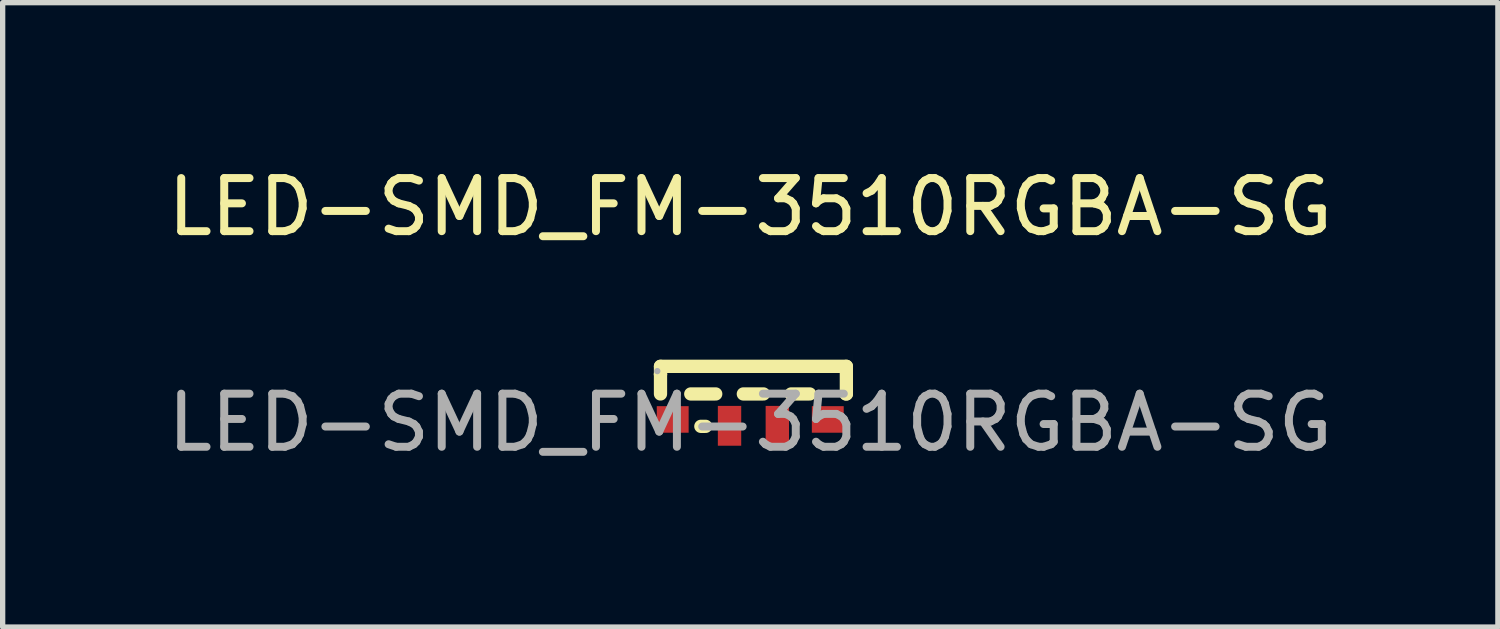
<source format=kicad_pcb>
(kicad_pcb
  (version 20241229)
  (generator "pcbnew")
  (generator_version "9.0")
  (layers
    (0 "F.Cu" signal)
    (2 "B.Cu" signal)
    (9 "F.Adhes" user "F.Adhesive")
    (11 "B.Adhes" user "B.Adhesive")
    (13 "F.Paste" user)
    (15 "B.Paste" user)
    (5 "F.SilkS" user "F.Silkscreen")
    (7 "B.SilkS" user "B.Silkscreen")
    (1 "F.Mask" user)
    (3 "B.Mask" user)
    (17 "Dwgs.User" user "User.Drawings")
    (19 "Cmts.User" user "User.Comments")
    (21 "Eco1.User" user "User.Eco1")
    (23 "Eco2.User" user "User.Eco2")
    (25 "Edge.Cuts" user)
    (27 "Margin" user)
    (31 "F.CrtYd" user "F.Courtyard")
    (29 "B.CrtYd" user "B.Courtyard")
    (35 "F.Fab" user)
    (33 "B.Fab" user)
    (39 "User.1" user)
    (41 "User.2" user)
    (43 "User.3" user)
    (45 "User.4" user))
  (footprint "LED-SMD_FM-3510RGBA-SG"
    (layer "F.Cu")
    (at 11.077 4.908)
    (property "Reference" "LED-SMD_FM-3510RGBA-SG" (at 0 -4.06 0) (layer "F.SilkS") (effects (font (size 1 1) (thickness 0.15))))
    (attr smd)
    (fp_line (start -1.69 -1.06) (end -1.69 -0.91) (stroke (width 0.25) (type solid)) (layer "F.SilkS"))
    (fp_line (start -1.69 -0.91) (end -1.69 -0.91) (stroke (width 0.25) (type solid)) (layer "F.SilkS"))
    (fp_line (start -1.69 -0.91) (end -1.69 -0.54) (stroke (width 0.25) (type solid)) (layer "F.SilkS"))
    (fp_line (start -0.84 0.07) (end -0.93 0.07) (stroke (width 0.25) (type solid)) (layer "F.SilkS"))
    (fp_line (start -0.65 -0.54) (end -1.12 -0.54) (stroke (width 0.25) (type solid)) (layer "F.SilkS"))
    (fp_line (start 0.25 -0.54) (end -0.13 -0.54) (stroke (width 0.25) (type solid)) (layer "F.SilkS"))
    (fp_line (start 1.12 -0.54) (end 0.77 -0.54) (stroke (width 0.25) (type solid)) (layer "F.SilkS"))
    (fp_line (start 1.81 -1.06) (end -1.69 -1.06) (stroke (width 0.25) (type solid)) (layer "F.SilkS"))
    (fp_line (start 1.81 -1.06) (end 1.81 -0.54) (stroke (width 0.25) (type solid)) (layer "F.SilkS"))
    (fp_line (start 1.81 -0.54) (end 1.8 -0.54) (stroke (width 0.25) (type solid)) (layer "F.SilkS"))
    (fp_circle (center -1.75 -0.97) (end -1.72 -0.97) (stroke (width 0.06) (type solid)) (fill no) (layer "F.Fab"))
    (fp_text user "${REFERENCE}" (at 0 0 0) (layer "F.Fab") (effects (font (size 1 1) (thickness 0.15))))
    (pad "1" smd rect (at -1.46 -0.06 180) (size 0.6 0.5) (layers "F.Cu" "F.Mask" "F.Paste"))
    (pad "2" smd rect (at -0.39 0.06 270) (size 0.75 0.44) (layers "F.Cu" "F.Mask" "F.Paste"))
    (pad "3" smd rect (at 0.51 0.06 270) (size 0.75 0.44) (layers "F.Cu" "F.Mask" "F.Paste"))
    (pad "4" smd rect (at 1.46 -0.06) (size 0.6 0.5) (layers "F.Cu" "F.Mask" "F.Paste")))
  (gr_rect
    (start -3 -3)
    (end 25.155 8.757)
    (stroke (width 0.1) (type default))
    (fill no)
    (layer "Edge.Cuts")))
</source>
